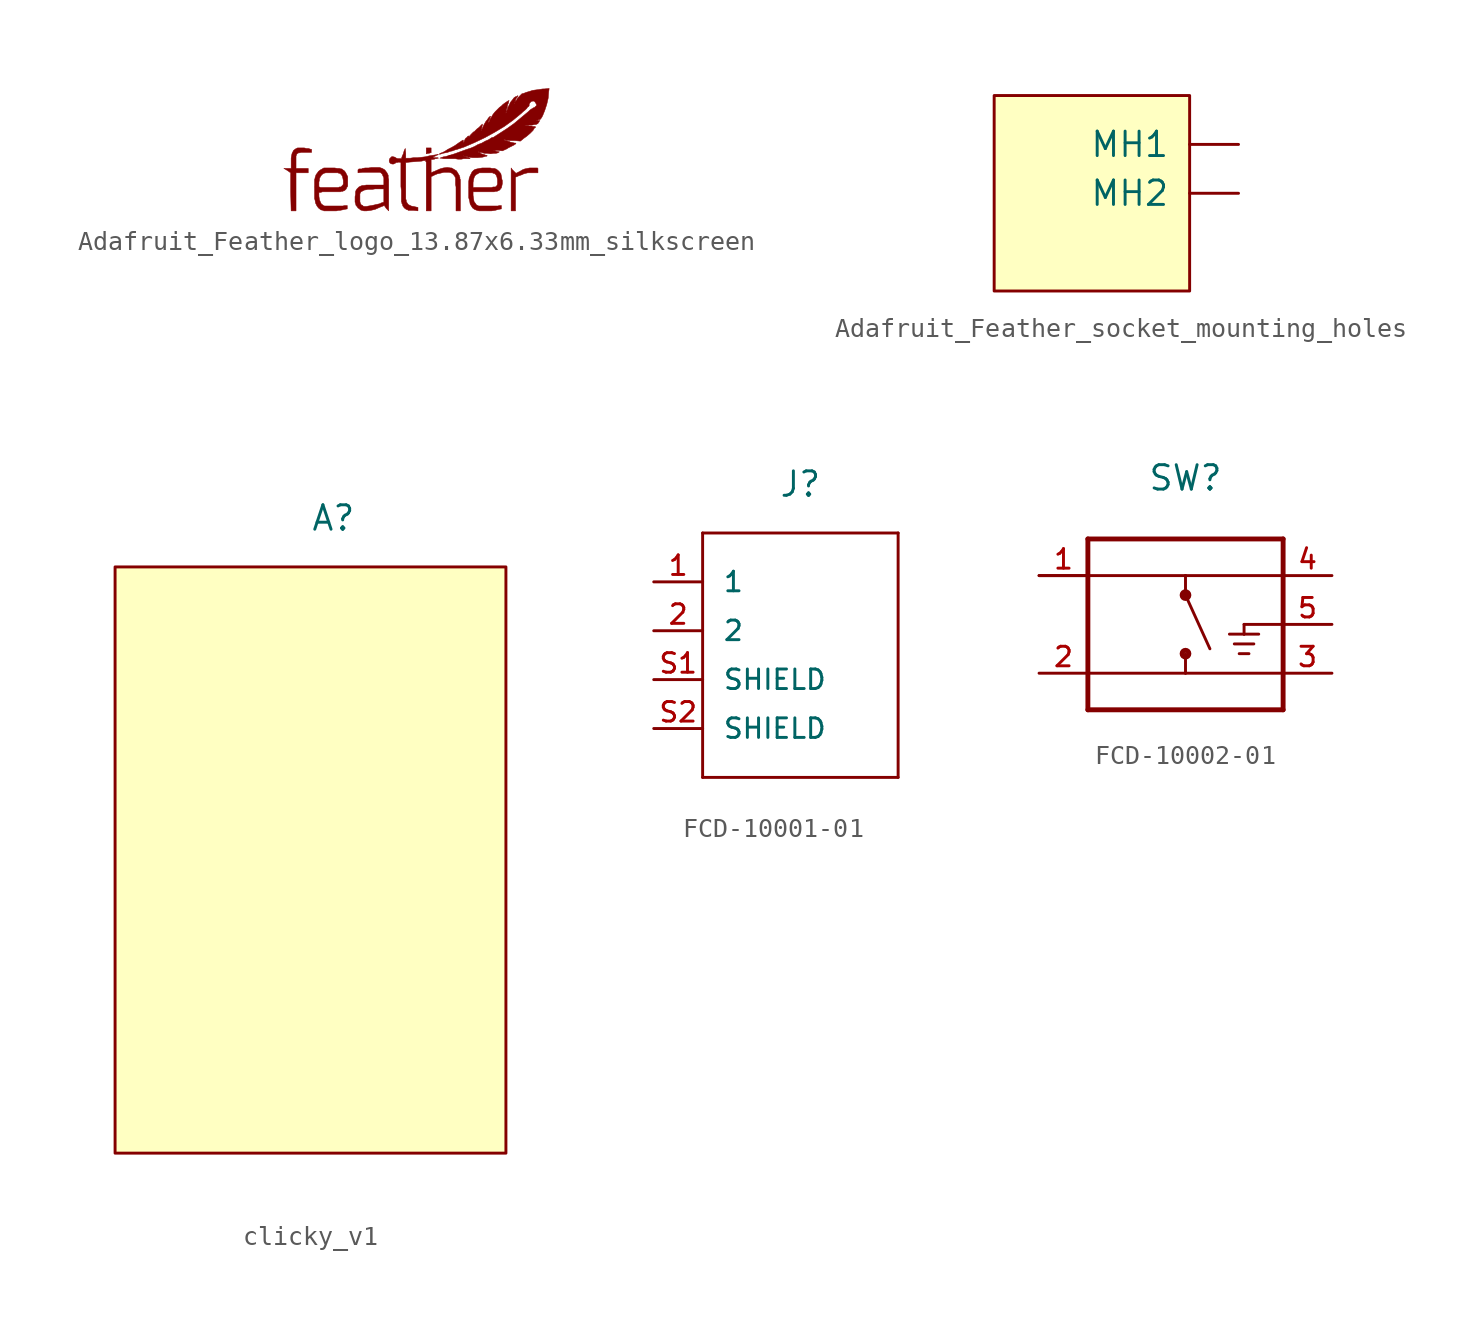
<source format=kicad_sym>
(kicad_symbol_lib
  (version 20201005)
  (generator kicad_symbol_editor)
  (symbol "Flying_Camp_Design:Adafruit_Feather_logo_13.87x6.33mm_silkscreen"
    (pin_names
      (offset 1.016))
    (property "Reference" "LOGO"
      (at 0 5.08 0)
      (effects (font (size 1.27 1.27)) hide))
    (symbol "Adafruit_Feather_logo_13.87x6.33mm_silkscreen_0_0"
      (polyline (pts (xy 0.635 -0.178) (xy 0.686 -0.178) (xy 0.737 -0.152) (xy 0.787 -0.152) (xy 0.787 0.102) (xy 0.533 0.102) (xy 0.533 -0.203) (xy 0.635 -0.178)) (stroke (width 0.025)) (fill (type outline)))
      (polyline (pts (xy 5.182 -1.422) (xy 5.359 -1.346) (xy 5.512 -1.295) (xy 5.613 -1.245) (xy 5.817 -1.194) (xy 6.35 -1.194) (xy 6.35 -0.965) (xy 6.325 -0.94) (xy 5.918 -0.94) (xy 5.664 -0.991) (xy 5.537 -1.041) (xy 5.41 -1.118) (xy 5.207 -1.219) (xy 5.004 -1.016) (xy 4.953 -0.94) (xy 4.953 -3.175) (xy 5.182 -3.175) (xy 5.182 -1.422)) (stroke (width 0.025)) (fill (type outline)))
      (polyline (pts (xy -6.248 -1.194) (xy -5.613 -1.194) (xy -5.613 -0.965) (xy -6.248 -0.965) (xy -6.248 -0.33) (xy -6.223 -0.254) (xy -6.198 -0.203) (xy -6.172 -0.178) (xy -6.147 -0.178) (xy -6.121 -0.152) (xy -6.045 -0.152) (xy -5.994 -0.127) (xy -5.436 -0.127) (xy -5.436 0.025) (xy -5.461 0.025) (xy -5.613 0.076) (xy -5.715 0.076) (xy -5.817 0.102) (xy -6.172 0.102) (xy -6.274 0.051) (xy -6.375 -0.025) (xy -6.452 -0.178) (xy -6.477 -0.279) (xy -6.502 -0.432) (xy -6.502 -0.965) (xy -6.883 -0.965) (xy -6.706 -1.067) (xy -6.528 -1.194) (xy -6.528 -2.184) (xy -6.502 -3.175) (xy -6.248 -3.175) (xy -6.248 -1.194)) (stroke (width 0.025)) (fill (type outline)))
      (polyline (pts (xy -2.362 -3.15) (xy -2.134 -3.099) (xy -1.905 -2.997) (xy -1.651 -2.896) (xy -1.549 -3.048) (xy -1.422 -3.175) (xy -1.422 -1.549) (xy -1.448 -1.448) (xy -1.448 -1.321) (xy -1.524 -1.168) (xy -1.549 -1.143) (xy -1.626 -1.041) (xy -1.753 -0.965) (xy -1.905 -0.914) (xy -2.311 -0.914) (xy -2.464 -0.94) (xy -2.642 -0.94) (xy -2.794 -0.965) (xy -2.819 -0.991) (xy -2.972 -0.991) (xy -3.023 -1.041) (xy -3.023 -1.194) (xy -2.794 -1.168) (xy -1.88 -1.168) (xy -1.829 -1.194) (xy -1.753 -1.27) (xy -1.727 -1.346) (xy -1.676 -1.448) (xy -1.676 -1.829) (xy -2.591 -1.829) (xy -2.718 -1.854) (xy -2.794 -1.854) (xy -2.87 -1.88) (xy -2.972 -1.93) (xy -3.073 -2.032) (xy -3.124 -2.108) (xy -3.15 -2.184) (xy -3.15 -2.311) (xy -3.175 -2.438) (xy -3.175 -2.692) (xy -2.921 -2.692) (xy -2.921 -2.286) (xy -2.87 -2.184) (xy -2.667 -2.083) (xy -2.616 -2.083) (xy -2.515 -2.057) (xy -2.286 -2.057) (xy -2.134 -2.032) (xy -1.676 -2.032) (xy -1.676 -2.718) (xy -1.829 -2.769) (xy -1.854 -2.794) (xy -1.956 -2.819) (xy -2.083 -2.845) (xy -2.184 -2.87) (xy -2.311 -2.896) (xy -2.464 -2.921) (xy -2.591 -2.946) (xy -2.692 -2.946) (xy -2.769 -2.921) (xy -2.769 -2.896) (xy -2.845 -2.87) (xy -2.896 -2.794) (xy -2.921 -2.692) (xy -3.175 -2.692) (xy -3.175 -2.718) (xy -3.15 -2.794) (xy -3.124 -2.896) (xy -3.073 -2.946) (xy -3.023 -3.023) (xy -2.946 -3.073) (xy -2.896 -3.124) (xy -2.819 -3.15) (xy -2.718 -3.175) (xy -2.565 -3.175) (xy -2.362 -3.15)) (stroke (width 0.025)) (fill (type outline)))
      (polyline (pts (xy 4.115 -3.15) (xy 4.293 -3.099) (xy 4.445 -3.073) (xy 4.445 -2.896) (xy 4.343 -2.896) (xy 4.267 -2.921) (xy 3.251 -2.921) (xy 3.226 -2.896) (xy 3.15 -2.87) (xy 3.099 -2.794) (xy 3.023 -2.692) (xy 2.997 -2.54) (xy 2.972 -2.362) (xy 2.972 -2.184) (xy 4.064 -2.184) (xy 4.14 -2.159) (xy 4.216 -2.159) (xy 4.369 -2.083) (xy 4.394 -2.032) (xy 4.445 -1.981) (xy 4.47 -1.88) (xy 4.496 -1.753) (xy 4.496 -1.6) (xy 4.47 -1.524) (xy 4.445 -1.372) (xy 4.42 -1.245) (xy 4.343 -1.143) (xy 4.267 -1.067) (xy 4.166 -0.991) (xy 4.14 -0.991) (xy 4.089 -0.965) (xy 3.962 -0.965) (xy 3.861 -0.94) (xy 3.454 -0.94) (xy 3.302 -0.965) (xy 3.175 -0.991) (xy 3.073 -1.016) (xy 2.997 -1.067) (xy 2.921 -1.143) (xy 2.819 -1.346) (xy 2.769 -1.473) (xy 2.743 -1.651) (xy 2.743 -1.956) (xy 2.972 -1.956) (xy 2.972 -1.702) (xy 2.997 -1.549) (xy 3.023 -1.448) (xy 3.073 -1.346) (xy 3.15 -1.27) (xy 3.226 -1.245) (xy 3.226 -1.219) (xy 3.251 -1.219) (xy 3.302 -1.194) (xy 3.988 -1.194) (xy 4.013 -1.219) (xy 4.064 -1.219) (xy 4.14 -1.27) (xy 4.191 -1.346) (xy 4.216 -1.422) (xy 4.242 -1.549) (xy 4.242 -1.778) (xy 4.216 -1.854) (xy 4.14 -1.93) (xy 4.013 -1.93) (xy 3.937 -1.956) (xy 2.972 -1.956) (xy 2.743 -1.956) (xy 2.743 -2.489) (xy 2.794 -2.667) (xy 2.819 -2.819) (xy 2.896 -2.946) (xy 2.946 -3.023) (xy 3.048 -3.099) (xy 3.175 -3.15) (xy 3.277 -3.175) (xy 3.937 -3.175) (xy 4.115 -3.15)) (stroke (width 0.025)) (fill (type outline)))
      (polyline (pts (xy -4.039 -3.15) (xy -3.962 -3.15) (xy -3.835 -3.124) (xy -3.734 -3.099) (xy -3.581 -3.073) (xy -3.581 -2.896) (xy -3.708 -2.896) (xy -3.81 -2.921) (xy -4.775 -2.921) (xy -4.801 -2.896) (xy -4.826 -2.896) (xy -4.851 -2.87) (xy -4.928 -2.819) (xy -4.978 -2.718) (xy -5.029 -2.591) (xy -5.055 -2.413) (xy -5.055 -2.21) (xy -4.953 -2.21) (xy -4.877 -2.184) (xy -3.937 -2.184) (xy -3.886 -2.159) (xy -3.81 -2.159) (xy -3.785 -2.134) (xy -3.759 -2.134) (xy -3.708 -2.108) (xy -3.632 -2.032) (xy -3.607 -1.956) (xy -3.581 -1.93) (xy -3.556 -1.88) (xy -3.556 -1.397) (xy -3.658 -1.194) (xy -3.708 -1.118) (xy -3.759 -1.067) (xy -3.81 -1.041) (xy -3.861 -0.991) (xy -3.912 -0.991) (xy -3.988 -0.965) (xy -4.089 -0.965) (xy -4.242 -0.94) (xy -4.801 -0.94) (xy -4.928 -1.016) (xy -4.978 -1.041) (xy -5.08 -1.118) (xy -5.131 -1.194) (xy -5.207 -1.295) (xy -5.258 -1.448) (xy -5.258 -1.473) (xy -5.283 -1.549) (xy -5.283 -1.93) (xy -5.055 -1.93) (xy -5.055 -1.676) (xy -5.029 -1.575) (xy -5.029 -1.499) (xy -4.978 -1.397) (xy -4.928 -1.321) (xy -4.877 -1.27) (xy -4.801 -1.219) (xy -4.699 -1.194) (xy -4.064 -1.194) (xy -4.013 -1.219) (xy -3.962 -1.219) (xy -3.886 -1.295) (xy -3.835 -1.372) (xy -3.81 -1.473) (xy -3.785 -1.6) (xy -3.785 -1.778) (xy -3.81 -1.829) (xy -3.912 -1.93) (xy -3.988 -1.93) (xy -4.039 -1.956) (xy -4.978 -1.956) (xy -5.029 -1.93) (xy -5.055 -1.93) (xy -5.283 -1.93) (xy -5.283 -2.54) (xy -5.258 -2.616) (xy -5.232 -2.769) (xy -5.156 -2.921) (xy -5.08 -3.023) (xy -4.953 -3.124) (xy -4.826 -3.15) (xy -4.801 -3.175) (xy -4.14 -3.175) (xy -4.039 -3.15)) (stroke (width 0.025)) (fill (type outline)))
      (polyline (pts (xy 0.787 -1.397) (xy 0.991 -1.295) (xy 1.118 -1.245) (xy 1.245 -1.219) (xy 1.448 -1.168) (xy 1.727 -1.168) (xy 1.829 -1.194) (xy 1.905 -1.245) (xy 1.956 -1.295) (xy 2.032 -1.397) (xy 2.032 -1.422) (xy 2.057 -1.448) (xy 2.057 -1.803) (xy 2.083 -1.93) (xy 2.083 -3.175) (xy 2.311 -3.175) (xy 2.311 -1.549) (xy 2.286 -1.499) (xy 2.286 -1.422) (xy 2.261 -1.372) (xy 2.261 -1.346) (xy 2.108 -1.092) (xy 1.854 -0.94) (xy 1.803 -0.94) (xy 1.626 -0.914) (xy 1.422 -0.94) (xy 1.245 -0.991) (xy 1.016 -1.092) (xy 0.965 -1.118) (xy 0.889 -1.143) (xy 0.838 -1.168) (xy 0.813 -1.194) (xy 0.787 -1.194) (xy 0.787 -0.508) (xy 0.965 -0.483) (xy 0.991 -0.457) (xy 1.067 -0.457) (xy 1.143 -0.432) (xy 1.168 -0.432) (xy 1.143 -0.406) (xy 0.94 -0.406) (xy 0.889 -0.381) (xy 0.914 -0.356) (xy 0.991 -0.33) (xy 1.016 -0.305) (xy 1.092 -0.279) (xy 1.143 -0.254) (xy 1.168 -0.229) (xy 1.041 -0.254) (xy 0.889 -0.279) (xy 0.711 -0.305) (xy 0.508 -0.356) (xy 0.305 -0.381) (xy 0.076 -0.406) (xy -0.127 -0.406) (xy -0.305 -0.432) (xy -0.533 -0.432) (xy -0.533 -0.178) (xy -0.559 0.076) (xy -0.61 -0.025) (xy -0.635 -0.102) (xy -0.66 -0.203) (xy -0.711 -0.305) (xy -0.762 -0.457) (xy -0.94 -0.457) (xy -1.016 -0.432) (xy -1.067 -0.406) (xy -1.092 -0.381) (xy -1.194 -0.356) (xy -1.27 -0.356) (xy -1.372 -0.457) (xy -1.397 -0.559) (xy -1.397 -0.584) (xy -1.372 -0.66) (xy -1.321 -0.711) (xy -1.245 -0.737) (xy -1.168 -0.737) (xy -1.067 -0.686) (xy -1.041 -0.66) (xy -0.991 -0.66) (xy -0.889 -0.635) (xy -0.787 -0.66) (xy -0.787 -1.905) (xy -0.762 -2.108) (xy -0.762 -2.692) (xy -0.737 -2.743) (xy -0.737 -2.794) (xy -0.711 -2.819) (xy -0.686 -2.921) (xy -0.61 -3.023) (xy -0.508 -3.099) (xy -0.432 -3.124) (xy -0.406 -3.15) (xy -0.127 -3.15) (xy 0.102 -3.175) (xy 0.102 -2.997) (xy -0.127 -2.946) (xy -0.152 -2.946) (xy -0.254 -2.921) (xy -0.406 -2.845) (xy -0.508 -2.692) (xy -0.508 -2.616) (xy -0.533 -2.565) (xy -0.533 -0.66) (xy -0.33 -0.635) (xy -0.025 -0.61) (xy 0.305 -0.584) (xy 0.381 -0.559) (xy 0.508 -0.559) (xy 0.508 -0.61) (xy 0.533 -0.635) (xy 0.533 -3.175) (xy 0.787 -3.175) (xy 0.787 -1.397)) (stroke (width 0.025)) (fill (type outline)))
      (polyline (pts (xy 5.232 2.692) (xy 5.283 2.769) (xy 5.309 2.819) (xy 5.283 2.819) (xy 5.258 2.794) (xy 5.182 2.769) (xy 5.105 2.718) (xy 5.029 2.616) (xy 4.928 2.489) (xy 5.131 2.489) (xy 5.156 2.515) (xy 5.156 2.489) (xy 5.131 2.489) (xy 4.928 2.489) (xy 4.902 2.438) (xy 5.105 2.438) (xy 5.131 2.438) (xy 5.105 2.413) (xy 5.105 2.438) (xy 4.902 2.438) (xy 4.775 2.184) (xy 4.724 2.007) (xy 4.674 1.905) (xy 4.699 2.007) (xy 4.699 2.057) (xy 4.724 2.134) (xy 4.75 2.235) (xy 4.775 2.362) (xy 4.801 2.413) (xy 4.826 2.489) (xy 4.826 2.54) (xy 4.851 2.565) (xy 4.826 2.565) (xy 4.775 2.54) (xy 4.623 2.438) (xy 4.521 2.362) (xy 4.445 2.286) (xy 4.343 2.21) (xy 4.115 1.981) (xy 4.013 1.854) (xy 3.937 1.727) (xy 3.835 1.549) (xy 3.81 1.473) (xy 3.785 1.422) (xy 3.759 1.397) (xy 3.759 1.448) (xy 3.785 1.499) (xy 3.81 1.575) (xy 3.835 1.6) (xy 3.861 1.676) (xy 3.861 1.727) (xy 3.886 1.753) (xy 3.861 1.753) (xy 3.759 1.651) (xy 3.734 1.6) (xy 3.632 1.473) (xy 3.531 1.295) (xy 3.429 1.067) (xy 3.378 0.991) (xy 3.429 1.143) (xy 3.429 1.194) (xy 3.454 1.27) (xy 3.454 1.346) (xy 3.277 1.168) (xy 3.175 1.092) (xy 3.023 0.94) (xy 2.997 0.94) (xy 2.845 0.787) (xy 2.794 0.711) (xy 2.743 0.66) (xy 2.743 0.686) (xy 2.769 0.737) (xy 2.667 0.686) (xy 2.667 0.66) (xy 2.591 0.61) (xy 2.515 0.483) (xy 2.515 0.457) (xy 2.489 0.406) (xy 2.464 0.381) (xy 2.464 0.508) (xy 2.438 0.508) (xy 2.21 0.356) (xy 2.032 0.229) (xy 1.854 0.127) (xy 1.651 0.025) (xy 1.499 -0.076) (xy 1.346 -0.152) (xy 1.321 -0.152) (xy 1.219 -0.203) (xy 1.219 -0.229) (xy 1.245 -0.229) (xy 1.397 -0.178) (xy 1.651 -0.127) (xy 1.778 -0.076) (xy 1.905 -0.051) (xy 2.032 0) (xy 2.134 0.025) (xy 2.515 0.152) (xy 3.048 0.381) (xy 3.581 0.635) (xy 4.089 0.914) (xy 4.597 1.219) (xy 5.055 1.549) (xy 5.486 1.905) (xy 5.563 1.981) (xy 5.69 2.083) (xy 5.766 2.159) (xy 5.817 2.235) (xy 5.867 2.261) (xy 5.893 2.311) (xy 5.893 2.388) (xy 5.944 2.464) (xy 5.994 2.515) (xy 6.071 2.54) (xy 6.147 2.54) (xy 6.198 2.489) (xy 6.248 2.413) (xy 6.274 2.362) (xy 6.274 2.311) (xy 6.172 2.21) (xy 6.096 2.184) (xy 6.071 2.159) (xy 6.02 2.134) (xy 5.944 2.083) (xy 5.867 2.007) (xy 5.105 1.372) (xy 4.75 1.118) (xy 4.039 0.66) (xy 3.937 0.635) (xy 3.785 0.533) (xy 3.607 0.457) (xy 3.429 0.356) (xy 3.226 0.279) (xy 3.048 0.178) (xy 2.87 0.102) (xy 2.565 0) (xy 2.007 -0.203) (xy 1.676 -0.305) (xy 2.464 -0.305) (xy 2.489 -0.305) (xy 2.464 -0.33) (xy 2.464 -0.305) (xy 1.676 -0.305) (xy 1.499 -0.356) (xy 1.448 -0.356) (xy 1.295 -0.406) (xy 1.245 -0.432) (xy 1.321 -0.432) (xy 1.422 -0.457) (xy 2.032 -0.457) (xy 2.184 -0.483) (xy 2.362 -0.483) (xy 2.489 -0.457) (xy 2.819 -0.457) (xy 2.667 -0.381) (xy 2.642 -0.381) (xy 2.565 -0.356) (xy 2.515 -0.33) (xy 2.54 -0.33) (xy 2.591 -0.356) (xy 2.667 -0.356) (xy 2.743 -0.381) (xy 2.972 -0.406) (xy 3.2 -0.406) (xy 3.454 -0.381) (xy 3.556 -0.356) (xy 3.632 -0.33) (xy 3.683 -0.33) (xy 3.708 -0.305) (xy 3.683 -0.279) (xy 3.632 -0.279) (xy 3.581 -0.254) (xy 3.505 -0.229) (xy 3.404 -0.203) (xy 3.327 -0.152) (xy 3.226 -0.102) (xy 3.277 -0.102) (xy 3.327 -0.127) (xy 3.378 -0.127) (xy 3.556 -0.178) (xy 3.708 -0.178) (xy 3.886 -0.203) (xy 4.039 -0.178) (xy 4.166 -0.178) (xy 4.267 -0.152) (xy 4.343 -0.102) (xy 4.191 -0.076) (xy 4.115 -0.051) (xy 4.064 -0.051) (xy 4.039 -0.025) (xy 4.267 -0.025) (xy 4.496 -0.051) (xy 4.724 0.051) (xy 4.801 0.102) (xy 5.105 0.254) (xy 5.131 0.279) (xy 5.182 0.305) (xy 5.207 0.33) (xy 5.182 0.356) (xy 5.131 0.356) (xy 5.029 0.381) (xy 4.902 0.406) (xy 4.877 0.432) (xy 4.674 0.483) (xy 4.623 0.508) (xy 4.597 0.508) (xy 4.572 0.533) (xy 4.724 0.508) (xy 4.928 0.483) (xy 5.156 0.483) (xy 5.436 0.457) (xy 5.563 0.559) (xy 5.588 0.584) (xy 5.766 0.711) (xy 5.944 0.864) (xy 6.096 1.016) (xy 6.121 1.067) (xy 6.172 1.143) (xy 6.223 1.168) (xy 6.223 1.194) (xy 6.198 1.219) (xy 6.096 1.219) (xy 6.02 1.245) (xy 5.893 1.245) (xy 5.817 1.27) (xy 5.664 1.295) (xy 6.071 1.295) (xy 6.172 1.321) (xy 6.248 1.321) (xy 6.35 1.372) (xy 6.375 1.422) (xy 6.401 1.448) (xy 6.426 1.499) (xy 6.452 1.524) (xy 6.248 1.524) (xy 6.274 1.549) (xy 6.325 1.549) (xy 6.401 1.575) (xy 6.452 1.575) (xy 6.502 1.626) (xy 6.553 1.702) (xy 6.604 1.803) (xy 6.706 2.057) (xy 6.807 2.362) (xy 6.883 2.692) (xy 6.909 3.023) (xy 6.934 3.2) (xy 6.68 3.175) (xy 6.604 3.175) (xy 6.071 3.099) (xy 5.918 3.048) (xy 5.74 2.997) (xy 5.613 2.946) (xy 5.512 2.921) (xy 5.309 2.718) (xy 5.258 2.642) (xy 5.232 2.591) (xy 5.182 2.54) (xy 5.156 2.515) (xy 5.207 2.667) (xy 5.232 2.692)) (stroke (width 0.025)) (fill (type outline)))))
  (symbol "Flying_Camp_Design:Adafruit_Feather_socket_mounting_holes"
    (pin_numbers hide)
    (pin_names
      (offset 1.016))
    (property "Reference" "MH"
      (at 0 10.16 0)
      (effects (font (size 1.27 1.27)) hide))
    (symbol "Adafruit_Feather_socket_mounting_holes_0_0"
      (pin passive line (at 7.62 2.54 180) (length 2.54) (name "MH1" (effects (font (size 1.27 1.27)))) (number "MH1" (effects (font (size 1.27 1.27)))))
      (pin passive line (at 7.62 0 180) (length 2.54) (name "MH2" (effects (font (size 1.27 1.27)))) (number "MH2" (effects (font (size 1.27 1.27))))))
    (symbol "Adafruit_Feather_socket_mounting_holes_0_1"
      (rectangle (start 5.08 5.08) (end -5.08 -5.08) (stroke (width 0)) (fill (type background)))))
  (symbol "Flying_Camp_Design:clicky_v1"
    (pin_names
      (offset 1.016))
    (property "Reference" "A"
      (at 0 17.78 0)
      (effects (font (size 1.27 1.27)) (justify left)))
    (symbol "clicky_v1_0_1"
      (rectangle (start -10.16 -15.24) (end 10.16 15.24) (stroke (width 0)) (fill (type background)))))
  (symbol "Flying_Camp_Design:FCD-10001-01"
    (pin_names
      (offset 1.016))
    (property "Reference" "J"
      (at 0 7.62 0)
      (effects (font (size 1.27 1.27))))
    (symbol "FCD-10001-01_0_0"
      (polyline (pts (xy -5.08 -7.62) (xy -5.08 5.08)) (stroke (width 0.152)) (fill (type none)))
      (polyline (pts (xy -5.08 5.08) (xy 5.08 5.08)) (stroke (width 0.152)) (fill (type none)))
      (polyline (pts (xy 5.08 -7.62) (xy -5.08 -7.62)) (stroke (width 0.152)) (fill (type none)))
      (polyline (pts (xy 5.08 5.08) (xy 5.08 -7.62)) (stroke (width 0.152)) (fill (type none)))
      (pin passive line (at -7.62 2.54 0) (length 2.54) (name "1" (effects (font (size 1.016 1.016)))) (number "1" (effects (font (size 1.016 1.016)))))
      (pin passive line (at -7.62 0 0) (length 2.54) (name "2" (effects (font (size 1.016 1.016)))) (number "2" (effects (font (size 1.016 1.016)))))
      (pin passive line (at -7.62 -2.54 0) (length 2.54) (name "SHIELD" (effects (font (size 1.016 1.016)))) (number "S1" (effects (font (size 1.016 1.016)))))
      (pin passive line (at -7.62 -5.08 0) (length 2.54) (name "SHIELD" (effects (font (size 1.016 1.016)))) (number "S2" (effects (font (size 1.016 1.016)))))))
  (symbol "Flying_Camp_Design:FCD-10002-01"
    (pin_names
      (offset 1.016) hide)
    (property "Reference" "SW"
      (at 0 7.62 0)
      (effects (font (size 1.27 1.27))))
    (symbol "FCD-10002-01_0_0"
      (circle (center 0 -1.524) (radius 0.178) (stroke (width 0.254)) (fill (type none)))
      (circle (center 0 1.524) (radius 0.178) (stroke (width 0.254)) (fill (type none)))
      (polyline (pts (xy -7.62 2.54) (xy 0 2.54)) (stroke (width 0.152)) (fill (type none)))
      (polyline (pts (xy -5.08 -4.445) (xy -5.08 4.445)) (stroke (width 0.254)) (fill (type none)))
      (polyline (pts (xy -5.08 -2.54) (xy 0 -2.54)) (stroke (width 0.152)) (fill (type none)))
      (polyline (pts (xy -5.08 4.445) (xy 5.08 4.445)) (stroke (width 0.254)) (fill (type none)))
      (polyline (pts (xy 0 -2.54) (xy 5.08 -2.54)) (stroke (width 0.152)) (fill (type none)))
      (polyline (pts (xy 0 -1.524) (xy 0 -2.54)) (stroke (width 0.152)) (fill (type none)))
      (polyline (pts (xy 0 1.524) (xy 0 2.54)) (stroke (width 0.152)) (fill (type none)))
      (polyline (pts (xy 0 1.524) (xy 1.27 -1.27)) (stroke (width 0.152)) (fill (type none)))
      (polyline (pts (xy 0 2.54) (xy 5.08 2.54)) (stroke (width 0.152)) (fill (type none)))
      (polyline (pts (xy 2.286 -0.508) (xy 3.048 -0.508)) (stroke (width 0.152)) (fill (type none)))
      (polyline (pts (xy 2.54 -1.016) (xy 3.556 -1.016)) (stroke (width 0.152)) (fill (type none)))
      (polyline (pts (xy 3.048 -0.508) (xy 3.81 -0.508)) (stroke (width 0.152)) (fill (type none)))
      (polyline (pts (xy 3.048 0) (xy 3.048 -0.508)) (stroke (width 0.152)) (fill (type none)))
      (polyline (pts (xy 3.302 -1.524) (xy 2.794 -1.524)) (stroke (width 0.152)) (fill (type none)))
      (polyline (pts (xy 5.08 -4.445) (xy -5.08 -4.445)) (stroke (width 0.254)) (fill (type none)))
      (polyline (pts (xy 5.08 0) (xy 3.048 0)) (stroke (width 0.152)) (fill (type none)))
      (polyline (pts (xy 5.08 4.445) (xy 5.08 -4.445)) (stroke (width 0.254)) (fill (type none)))
      (pin passive line (at -7.62 2.54 0) (length 2.54) (name "1" (effects (font (size 1.016 1.016)))) (number "1" (effects (font (size 1.016 1.016)))))
      (pin passive line (at -7.62 -2.54 0) (length 2.54) (name "2" (effects (font (size 1.016 1.016)))) (number "2" (effects (font (size 1.016 1.016)))))
      (pin passive line (at 7.62 -2.54 180) (length 2.54) (name "3" (effects (font (size 1.016 1.016)))) (number "3" (effects (font (size 1.016 1.016)))))
      (pin passive line (at 7.62 2.54 180) (length 2.54) (name "4" (effects (font (size 1.016 1.016)))) (number "4" (effects (font (size 1.016 1.016)))))
      (pin power_in line (at 7.62 0 180) (length 2.54) (name "G" (effects (font (size 1.016 1.016)))) (number "5" (effects (font (size 1.016 1.016))))))))
</source>
